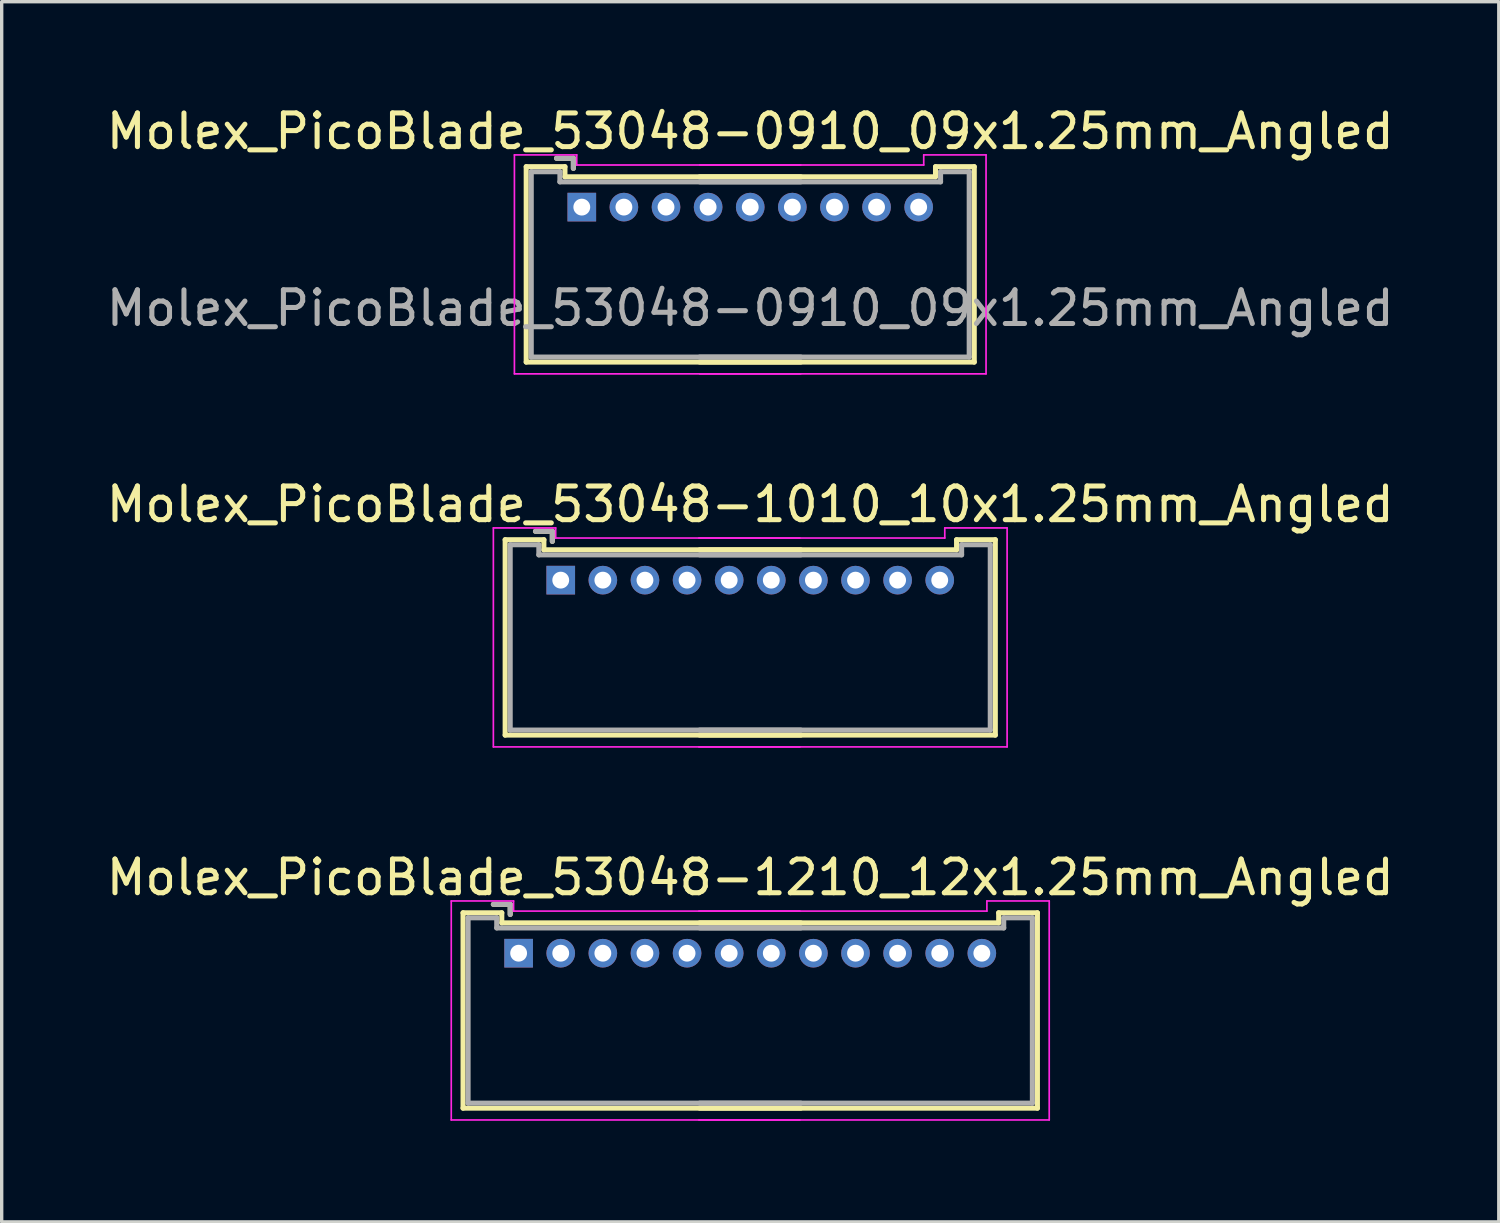
<source format=kicad_pcb>
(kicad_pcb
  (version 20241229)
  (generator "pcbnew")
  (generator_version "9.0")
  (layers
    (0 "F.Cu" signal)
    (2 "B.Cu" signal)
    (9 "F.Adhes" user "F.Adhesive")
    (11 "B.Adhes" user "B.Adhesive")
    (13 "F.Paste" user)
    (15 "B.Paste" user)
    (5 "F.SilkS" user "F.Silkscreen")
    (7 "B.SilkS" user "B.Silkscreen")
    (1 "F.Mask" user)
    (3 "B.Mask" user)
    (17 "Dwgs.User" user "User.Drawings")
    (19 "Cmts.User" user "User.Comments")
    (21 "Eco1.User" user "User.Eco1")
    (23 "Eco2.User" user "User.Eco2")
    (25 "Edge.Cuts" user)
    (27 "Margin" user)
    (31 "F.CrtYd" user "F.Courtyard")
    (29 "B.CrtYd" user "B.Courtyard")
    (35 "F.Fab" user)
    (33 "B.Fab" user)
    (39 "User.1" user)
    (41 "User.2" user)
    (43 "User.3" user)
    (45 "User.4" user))
  (footprint "Molex_PicoBlade_53048-0910_09x1.25mm_Angled"
    (layer "F.Cu")
    (at 14.22 3.098)
    (property "Reference" "Molex_PicoBlade_53048-0910_09x1.25mm_Angled" (at 5 -2.25 0) (layer "F.SilkS") (effects (font (size 1 1) (thickness 0.15))))
    (attr through_hole)
    (fp_line (start -1.65 -1.2) (end -1.65 4.6) (stroke (width 0.15) (type solid)) (layer "F.SilkS"))
    (fp_line (start -1.65 4.6) (end 6.5 4.6) (stroke (width 0.15) (type solid)) (layer "F.SilkS"))
    (fp_line (start -0.5 -1.2) (end -1.65 -1.2) (stroke (width 0.15) (type solid)) (layer "F.SilkS"))
    (fp_line (start -0.5 -0.9) (end -0.5 -1.2) (stroke (width 0.15) (type solid)) (layer "F.SilkS"))
    (fp_line (start -0.25 -1.45) (end -0.75 -1.45) (stroke (width 0.15) (type solid)) (layer "F.SilkS"))
    (fp_line (start -0.25 -1.15) (end -0.25 -1.45) (stroke (width 0.15) (type solid)) (layer "F.SilkS"))
    (fp_line (start 3.5 -0.9) (end 10.5 -0.9) (stroke (width 0.15) (type solid)) (layer "F.SilkS"))
    (fp_line (start 6.5 -0.9) (end -0.5 -0.9) (stroke (width 0.15) (type solid)) (layer "F.SilkS"))
    (fp_line (start 10.5 -1.2) (end 11.65 -1.2) (stroke (width 0.15) (type solid)) (layer "F.SilkS"))
    (fp_line (start 10.5 -0.9) (end 10.5 -1.2) (stroke (width 0.15) (type solid)) (layer "F.SilkS"))
    (fp_line (start 11.65 -1.2) (end 11.65 4.6) (stroke (width 0.15) (type solid)) (layer "F.SilkS"))
    (fp_line (start 11.65 4.6) (end 3.5 4.6) (stroke (width 0.15) (type solid)) (layer "F.SilkS"))
    (fp_line (start -2 -1.55) (end -2 4.95) (stroke (width 0.05) (type solid)) (layer "F.CrtYd"))
    (fp_line (start -2 4.95) (end 6.5 4.95) (stroke (width 0.05) (type solid)) (layer "F.CrtYd"))
    (fp_line (start -0.15 -1.55) (end -2 -1.55) (stroke (width 0.05) (type solid)) (layer "F.CrtYd"))
    (fp_line (start -0.15 -1.25) (end -0.15 -1.55) (stroke (width 0.05) (type solid)) (layer "F.CrtYd"))
    (fp_line (start 3.5 -1.25) (end 10.15 -1.25) (stroke (width 0.05) (type solid)) (layer "F.CrtYd"))
    (fp_line (start 6.5 -1.25) (end -0.15 -1.25) (stroke (width 0.05) (type solid)) (layer "F.CrtYd"))
    (fp_line (start 10.15 -1.55) (end 12 -1.55) (stroke (width 0.05) (type solid)) (layer "F.CrtYd"))
    (fp_line (start 10.15 -1.25) (end 10.15 -1.55) (stroke (width 0.05) (type solid)) (layer "F.CrtYd"))
    (fp_line (start 12 -1.55) (end 12 4.95) (stroke (width 0.05) (type solid)) (layer "F.CrtYd"))
    (fp_line (start 12 4.95) (end 3.5 4.95) (stroke (width 0.05) (type solid)) (layer "F.CrtYd"))
    (fp_line (start -1.5 -1.05) (end -1.5 4.45) (stroke (width 0.15) (type solid)) (layer "F.Fab"))
    (fp_line (start -1.5 4.45) (end 6.5 4.45) (stroke (width 0.15) (type solid)) (layer "F.Fab"))
    (fp_line (start -0.65 -1.05) (end -1.5 -1.05) (stroke (width 0.15) (type solid)) (layer "F.Fab"))
    (fp_line (start -0.65 -0.75) (end -0.65 -1.05) (stroke (width 0.15) (type solid)) (layer "F.Fab"))
    (fp_line (start -0.25 -1.45) (end -0.75 -1.45) (stroke (width 0.15) (type solid)) (layer "F.Fab"))
    (fp_line (start -0.25 -1.15) (end -0.25 -1.45) (stroke (width 0.15) (type solid)) (layer "F.Fab"))
    (fp_line (start 3.5 -0.75) (end 10.65 -0.75) (stroke (width 0.15) (type solid)) (layer "F.Fab"))
    (fp_line (start 6.5 -0.75) (end -0.65 -0.75) (stroke (width 0.15) (type solid)) (layer "F.Fab"))
    (fp_line (start 10.65 -1.05) (end 11.5 -1.05) (stroke (width 0.15) (type solid)) (layer "F.Fab"))
    (fp_line (start 10.65 -0.75) (end 10.65 -1.05) (stroke (width 0.15) (type solid)) (layer "F.Fab"))
    (fp_line (start 11.5 -1.05) (end 11.5 4.45) (stroke (width 0.15) (type solid)) (layer "F.Fab"))
    (fp_line (start 11.5 4.45) (end 3.5 4.45) (stroke (width 0.15) (type solid)) (layer "F.Fab"))
    (fp_text user "${REFERENCE}" (at 5 3 0) (layer "F.Fab") (effects (font (size 1 1) (thickness 0.15))))
    (pad "1" thru_hole rect (at 0 0) (size 0.85 0.85) (drill 0.5) (layers "*.Cu" "*.Mask"))
    (pad "2" thru_hole circle (at 1.25 0) (size 0.85 0.85) (drill 0.5) (layers "*.Cu" "*.Mask"))
    (pad "3" thru_hole circle (at 2.5 0) (size 0.85 0.85) (drill 0.5) (layers "*.Cu" "*.Mask"))
    (pad "4" thru_hole circle (at 3.75 0) (size 0.85 0.85) (drill 0.5) (layers "*.Cu" "*.Mask"))
    (pad "5" thru_hole circle (at 5 0) (size 0.85 0.85) (drill 0.5) (layers "*.Cu" "*.Mask"))
    (pad "6" thru_hole circle (at 6.25 0) (size 0.85 0.85) (drill 0.5) (layers "*.Cu" "*.Mask"))
    (pad "7" thru_hole circle (at 7.5 0) (size 0.85 0.85) (drill 0.5) (layers "*.Cu" "*.Mask"))
    (pad "8" thru_hole circle (at 8.75 0) (size 0.85 0.85) (drill 0.5) (layers "*.Cu" "*.Mask"))
    (pad "9" thru_hole circle (at 10 0) (size 0.85 0.85) (drill 0.5) (layers "*.Cu" "*.Mask")))
  (footprint "Molex_PicoBlade_53048-1010_10x1.25mm_Angled"
    (layer "F.Cu")
    (at 13.595 14.171)
    (property "Reference" "Molex_PicoBlade_53048-1010_10x1.25mm_Angled" (at 5.625 -2.25 0) (layer "F.SilkS") (effects (font (size 1 1) (thickness 0.15))))
    (attr through_hole)
    (fp_line (start -1.65 -1.2) (end -1.65 4.6) (stroke (width 0.15) (type solid)) (layer "F.SilkS"))
    (fp_line (start -1.65 4.6) (end 7.125 4.6) (stroke (width 0.15) (type solid)) (layer "F.SilkS"))
    (fp_line (start -0.5 -1.2) (end -1.65 -1.2) (stroke (width 0.15) (type solid)) (layer "F.SilkS"))
    (fp_line (start -0.5 -0.9) (end -0.5 -1.2) (stroke (width 0.15) (type solid)) (layer "F.SilkS"))
    (fp_line (start -0.25 -1.45) (end -0.75 -1.45) (stroke (width 0.15) (type solid)) (layer "F.SilkS"))
    (fp_line (start -0.25 -1.15) (end -0.25 -1.45) (stroke (width 0.15) (type solid)) (layer "F.SilkS"))
    (fp_line (start 4.125 -0.9) (end 11.75 -0.9) (stroke (width 0.15) (type solid)) (layer "F.SilkS"))
    (fp_line (start 7.125 -0.9) (end -0.5 -0.9) (stroke (width 0.15) (type solid)) (layer "F.SilkS"))
    (fp_line (start 11.75 -1.2) (end 12.9 -1.2) (stroke (width 0.15) (type solid)) (layer "F.SilkS"))
    (fp_line (start 11.75 -0.9) (end 11.75 -1.2) (stroke (width 0.15) (type solid)) (layer "F.SilkS"))
    (fp_line (start 12.9 -1.2) (end 12.9 4.6) (stroke (width 0.15) (type solid)) (layer "F.SilkS"))
    (fp_line (start 12.9 4.6) (end 4.125 4.6) (stroke (width 0.15) (type solid)) (layer "F.SilkS"))
    (fp_line (start -2 -1.55) (end -2 4.95) (stroke (width 0.05) (type solid)) (layer "F.CrtYd"))
    (fp_line (start -2 4.95) (end 7.1 4.95) (stroke (width 0.05) (type solid)) (layer "F.CrtYd"))
    (fp_line (start -0.15 -1.55) (end -2 -1.55) (stroke (width 0.05) (type solid)) (layer "F.CrtYd"))
    (fp_line (start -0.15 -1.25) (end -0.15 -1.55) (stroke (width 0.05) (type solid)) (layer "F.CrtYd"))
    (fp_line (start 4.1 -1.25) (end 11.4 -1.25) (stroke (width 0.05) (type solid)) (layer "F.CrtYd"))
    (fp_line (start 7.1 -1.25) (end -0.15 -1.25) (stroke (width 0.05) (type solid)) (layer "F.CrtYd"))
    (fp_line (start 11.4 -1.55) (end 13.25 -1.55) (stroke (width 0.05) (type solid)) (layer "F.CrtYd"))
    (fp_line (start 11.4 -1.25) (end 11.4 -1.55) (stroke (width 0.05) (type solid)) (layer "F.CrtYd"))
    (fp_line (start 13.25 -1.55) (end 13.25 4.95) (stroke (width 0.05) (type solid)) (layer "F.CrtYd"))
    (fp_line (start 13.25 4.95) (end 4.1 4.95) (stroke (width 0.05) (type solid)) (layer "F.CrtYd"))
    (fp_line (start -1.5 -1.05) (end -1.5 4.45) (stroke (width 0.15) (type solid)) (layer "F.Fab"))
    (fp_line (start -1.5 4.45) (end 7.125 4.45) (stroke (width 0.15) (type solid)) (layer "F.Fab"))
    (fp_line (start -0.65 -1.05) (end -1.5 -1.05) (stroke (width 0.15) (type solid)) (layer "F.Fab"))
    (fp_line (start -0.65 -0.75) (end -0.65 -1.05) (stroke (width 0.15) (type solid)) (layer "F.Fab"))
    (fp_line (start -0.25 -1.45) (end -0.75 -1.45) (stroke (width 0.15) (type solid)) (layer "F.Fab"))
    (fp_line (start -0.25 -1.15) (end -0.25 -1.45) (stroke (width 0.15) (type solid)) (layer "F.Fab"))
    (fp_line (start 4.125 -0.75) (end 11.9 -0.75) (stroke (width 0.15) (type solid)) (layer "F.Fab"))
    (fp_line (start 7.125 -0.75) (end -0.65 -0.75) (stroke (width 0.15) (type solid)) (layer "F.Fab"))
    (fp_line (start 11.9 -1.05) (end 12.75 -1.05) (stroke (width 0.15) (type solid)) (layer "F.Fab"))
    (fp_line (start 11.9 -0.75) (end 11.9 -1.05) (stroke (width 0.15) (type solid)) (layer "F.Fab"))
    (fp_line (start 12.75 -1.05) (end 12.75 4.45) (stroke (width 0.15) (type solid)) (layer "F.Fab"))
    (fp_line (start 12.75 4.45) (end 4.125 4.45) (stroke (width 0.15) (type solid)) (layer "F.Fab"))
    (pad "1" thru_hole rect (at 0 0) (size 0.85 0.85) (drill 0.5) (layers "*.Cu" "*.Mask"))
    (pad "2" thru_hole circle (at 1.25 0) (size 0.85 0.85) (drill 0.5) (layers "*.Cu" "*.Mask"))
    (pad "3" thru_hole circle (at 2.5 0) (size 0.85 0.85) (drill 0.5) (layers "*.Cu" "*.Mask"))
    (pad "4" thru_hole circle (at 3.75 0) (size 0.85 0.85) (drill 0.5) (layers "*.Cu" "*.Mask"))
    (pad "5" thru_hole circle (at 5 0) (size 0.85 0.85) (drill 0.5) (layers "*.Cu" "*.Mask"))
    (pad "6" thru_hole circle (at 6.25 0) (size 0.85 0.85) (drill 0.5) (layers "*.Cu" "*.Mask"))
    (pad "7" thru_hole circle (at 7.5 0) (size 0.85 0.85) (drill 0.5) (layers "*.Cu" "*.Mask"))
    (pad "8" thru_hole circle (at 8.75 0) (size 0.85 0.85) (drill 0.5) (layers "*.Cu" "*.Mask"))
    (pad "9" thru_hole circle (at 10 0) (size 0.85 0.85) (drill 0.5) (layers "*.Cu" "*.Mask"))
    (pad "10" thru_hole circle (at 11.25 0) (size 0.85 0.85) (drill 0.5) (layers "*.Cu" "*.Mask")))
  (footprint "Molex_PicoBlade_53048-1210_12x1.25mm_Angled"
    (layer "F.Cu")
    (at 12.345 25.245)
    (property "Reference" "Molex_PicoBlade_53048-1210_12x1.25mm_Angled" (at 6.875 -2.25 0) (layer "F.SilkS") (effects (font (size 1 1) (thickness 0.15))))
    (attr through_hole)
    (fp_line (start -1.65 -1.2) (end -1.65 4.6) (stroke (width 0.15) (type solid)) (layer "F.SilkS"))
    (fp_line (start -1.65 4.6) (end 8.375 4.6) (stroke (width 0.15) (type solid)) (layer "F.SilkS"))
    (fp_line (start -0.5 -1.2) (end -1.65 -1.2) (stroke (width 0.15) (type solid)) (layer "F.SilkS"))
    (fp_line (start -0.5 -0.9) (end -0.5 -1.2) (stroke (width 0.15) (type solid)) (layer "F.SilkS"))
    (fp_line (start -0.25 -1.45) (end -0.75 -1.45) (stroke (width 0.15) (type solid)) (layer "F.SilkS"))
    (fp_line (start -0.25 -1.15) (end -0.25 -1.45) (stroke (width 0.15) (type solid)) (layer "F.SilkS"))
    (fp_line (start 5.375 -0.9) (end 14.25 -0.9) (stroke (width 0.15) (type solid)) (layer "F.SilkS"))
    (fp_line (start 8.375 -0.9) (end -0.5 -0.9) (stroke (width 0.15) (type solid)) (layer "F.SilkS"))
    (fp_line (start 14.25 -1.2) (end 15.4 -1.2) (stroke (width 0.15) (type solid)) (layer "F.SilkS"))
    (fp_line (start 14.25 -0.9) (end 14.25 -1.2) (stroke (width 0.15) (type solid)) (layer "F.SilkS"))
    (fp_line (start 15.4 -1.2) (end 15.4 4.6) (stroke (width 0.15) (type solid)) (layer "F.SilkS"))
    (fp_line (start 15.4 4.6) (end 5.375 4.6) (stroke (width 0.15) (type solid)) (layer "F.SilkS"))
    (fp_line (start -2 -1.55) (end -2 4.95) (stroke (width 0.05) (type solid)) (layer "F.CrtYd"))
    (fp_line (start -2 4.95) (end 8.35 4.95) (stroke (width 0.05) (type solid)) (layer "F.CrtYd"))
    (fp_line (start -0.15 -1.55) (end -2 -1.55) (stroke (width 0.05) (type solid)) (layer "F.CrtYd"))
    (fp_line (start -0.15 -1.25) (end -0.15 -1.55) (stroke (width 0.05) (type solid)) (layer "F.CrtYd"))
    (fp_line (start 5.35 -1.25) (end 13.9 -1.25) (stroke (width 0.05) (type solid)) (layer "F.CrtYd"))
    (fp_line (start 8.35 -1.25) (end -0.15 -1.25) (stroke (width 0.05) (type solid)) (layer "F.CrtYd"))
    (fp_line (start 13.9 -1.55) (end 15.75 -1.55) (stroke (width 0.05) (type solid)) (layer "F.CrtYd"))
    (fp_line (start 13.9 -1.25) (end 13.9 -1.55) (stroke (width 0.05) (type solid)) (layer "F.CrtYd"))
    (fp_line (start 15.75 -1.55) (end 15.75 4.95) (stroke (width 0.05) (type solid)) (layer "F.CrtYd"))
    (fp_line (start 15.75 4.95) (end 5.35 4.95) (stroke (width 0.05) (type solid)) (layer "F.CrtYd"))
    (fp_line (start -1.5 -1.05) (end -1.5 4.45) (stroke (width 0.15) (type solid)) (layer "F.Fab"))
    (fp_line (start -1.5 4.45) (end 8.375 4.45) (stroke (width 0.15) (type solid)) (layer "F.Fab"))
    (fp_line (start -0.65 -1.05) (end -1.5 -1.05) (stroke (width 0.15) (type solid)) (layer "F.Fab"))
    (fp_line (start -0.65 -0.75) (end -0.65 -1.05) (stroke (width 0.15) (type solid)) (layer "F.Fab"))
    (fp_line (start -0.25 -1.45) (end -0.75 -1.45) (stroke (width 0.15) (type solid)) (layer "F.Fab"))
    (fp_line (start -0.25 -1.15) (end -0.25 -1.45) (stroke (width 0.15) (type solid)) (layer "F.Fab"))
    (fp_line (start 5.375 -0.75) (end 14.4 -0.75) (stroke (width 0.15) (type solid)) (layer "F.Fab"))
    (fp_line (start 8.375 -0.75) (end -0.65 -0.75) (stroke (width 0.15) (type solid)) (layer "F.Fab"))
    (fp_line (start 14.4 -1.05) (end 15.25 -1.05) (stroke (width 0.15) (type solid)) (layer "F.Fab"))
    (fp_line (start 14.4 -0.75) (end 14.4 -1.05) (stroke (width 0.15) (type solid)) (layer "F.Fab"))
    (fp_line (start 15.25 -1.05) (end 15.25 4.45) (stroke (width 0.15) (type solid)) (layer "F.Fab"))
    (fp_line (start 15.25 4.45) (end 5.375 4.45) (stroke (width 0.15) (type solid)) (layer "F.Fab"))
    (pad "1" thru_hole rect (at 0 0) (size 0.85 0.85) (drill 0.5) (layers "*.Cu" "*.Mask"))
    (pad "2" thru_hole circle (at 1.25 0) (size 0.85 0.85) (drill 0.5) (layers "*.Cu" "*.Mask"))
    (pad "3" thru_hole circle (at 2.5 0) (size 0.85 0.85) (drill 0.5) (layers "*.Cu" "*.Mask"))
    (pad "4" thru_hole circle (at 3.75 0) (size 0.85 0.85) (drill 0.5) (layers "*.Cu" "*.Mask"))
    (pad "5" thru_hole circle (at 5 0) (size 0.85 0.85) (drill 0.5) (layers "*.Cu" "*.Mask"))
    (pad "6" thru_hole circle (at 6.25 0) (size 0.85 0.85) (drill 0.5) (layers "*.Cu" "*.Mask"))
    (pad "7" thru_hole circle (at 7.5 0) (size 0.85 0.85) (drill 0.5) (layers "*.Cu" "*.Mask"))
    (pad "8" thru_hole circle (at 8.75 0) (size 0.85 0.85) (drill 0.5) (layers "*.Cu" "*.Mask"))
    (pad "9" thru_hole circle (at 10 0) (size 0.85 0.85) (drill 0.5) (layers "*.Cu" "*.Mask"))
    (pad "10" thru_hole circle (at 11.25 0) (size 0.85 0.85) (drill 0.5) (layers "*.Cu" "*.Mask"))
    (pad "11" thru_hole circle (at 12.5 0) (size 0.85 0.85) (drill 0.5) (layers "*.Cu" "*.Mask"))
    (pad "12" thru_hole circle (at 13.75 0) (size 0.85 0.85) (drill 0.5) (layers "*.Cu" "*.Mask")))
  (gr_rect
    (start -3 -3)
    (end 41.44 33.22)
    (stroke (width 0.1) (type default))
    (fill no)
    (layer "Edge.Cuts")))
</source>
